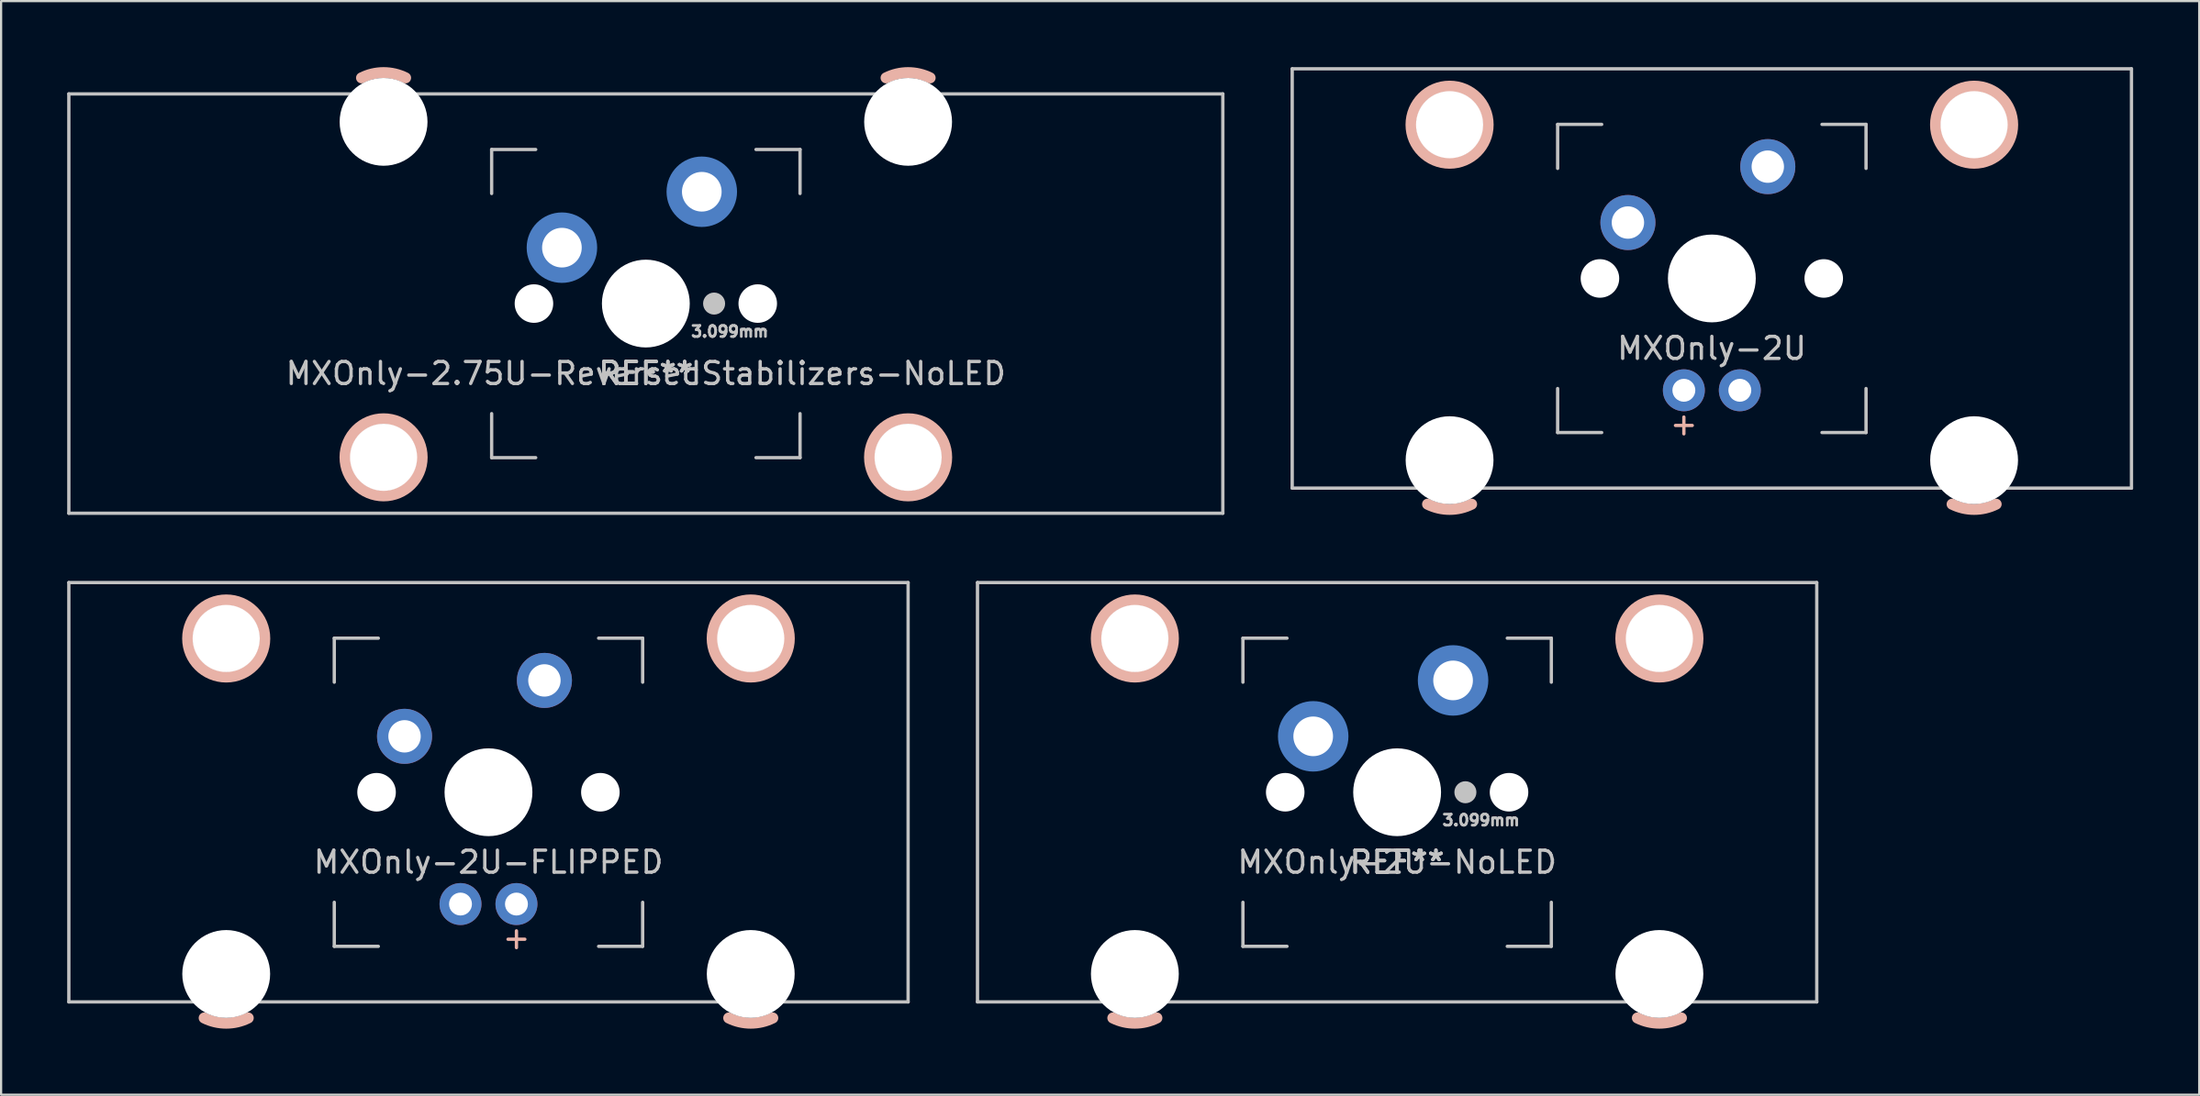
<source format=kicad_pcb>
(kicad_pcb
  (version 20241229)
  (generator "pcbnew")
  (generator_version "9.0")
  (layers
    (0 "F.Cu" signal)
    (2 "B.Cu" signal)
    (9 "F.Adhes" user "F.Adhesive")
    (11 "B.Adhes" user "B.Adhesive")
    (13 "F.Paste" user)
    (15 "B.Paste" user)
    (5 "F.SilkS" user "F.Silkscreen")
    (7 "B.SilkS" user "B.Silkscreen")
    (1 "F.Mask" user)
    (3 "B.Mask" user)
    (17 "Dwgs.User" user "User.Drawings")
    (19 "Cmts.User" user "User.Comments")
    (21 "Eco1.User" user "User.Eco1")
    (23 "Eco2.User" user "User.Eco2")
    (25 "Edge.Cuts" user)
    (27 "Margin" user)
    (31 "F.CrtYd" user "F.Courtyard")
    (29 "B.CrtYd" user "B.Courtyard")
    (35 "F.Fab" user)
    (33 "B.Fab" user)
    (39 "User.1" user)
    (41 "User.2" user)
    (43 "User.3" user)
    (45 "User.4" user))
  (footprint "MXOnly-2U-NoLED"
    (layer "F.Cu")
    (at 60.375 32.941)
    (property "Reference" "MXOnly-2U-NoLED" (at 0 3.175 0) (layer "Dwgs.User") (effects (font (size 1 1) (thickness 0.15))))
    (attr through_hole)
    (fp_arc (start -10.90625 10.255) (mid -11.905663 10.491068) (end -12.905199 10.255525) (stroke (width 0.5) (type solid)) (layer "B.SilkS"))
    (fp_arc (start 12.90625 10.255) (mid 11.906837 10.491068) (end 10.907301 10.255525) (stroke (width 0.5) (type solid)) (layer "B.SilkS"))
    (fp_circle (center -11.906 -6.985) (end -10.156 -6.985) (stroke (width 0.5) (type solid)) (fill no) (layer "B.SilkS"))
    (fp_circle (center 11.906 -6.985) (end 13.656 -6.985) (stroke (width 0.5) (type solid)) (fill no) (layer "B.SilkS"))
    (fp_line (start -19.05 -9.525) (end 19.05 -9.525) (stroke (width 0.15) (type solid)) (layer "Dwgs.User"))
    (fp_line (start -19.05 9.525) (end -19.05 -9.525) (stroke (width 0.15) (type solid)) (layer "Dwgs.User"))
    (fp_line (start -19.05 9.525) (end 19.05 9.525) (stroke (width 0.15) (type solid)) (layer "Dwgs.User"))
    (fp_line (start -7 -7) (end -7 -5) (stroke (width 0.15) (type solid)) (layer "Dwgs.User"))
    (fp_line (start -7 5) (end -7 7) (stroke (width 0.15) (type solid)) (layer "Dwgs.User"))
    (fp_line (start -7 7) (end -5 7) (stroke (width 0.15) (type solid)) (layer "Dwgs.User"))
    (fp_line (start -5 -7) (end -7 -7) (stroke (width 0.15) (type solid)) (layer "Dwgs.User"))
    (fp_line (start 5 -7) (end 7 -7) (stroke (width 0.15) (type solid)) (layer "Dwgs.User"))
    (fp_line (start 5 7) (end 7 7) (stroke (width 0.15) (type solid)) (layer "Dwgs.User"))
    (fp_line (start 7 -7) (end 7 -5) (stroke (width 0.15) (type solid)) (layer "Dwgs.User"))
    (fp_line (start 7 7) (end 7 5) (stroke (width 0.15) (type solid)) (layer "Dwgs.User"))
    (fp_line (start 19.05 -9.525) (end 19.05 9.525) (stroke (width 0.15) (type solid)) (layer "Dwgs.User"))
    (fp_text user "REF**" (at 0 3.175 0) (layer "Dwgs.User") (effects (font (size 1 1) (thickness 0.15))))
    (fp_text user "REF**" (at 0 3.175 0) (layer "Dwgs.User") (effects (font (size 1 1) (thickness 0.15))))
    (fp_text user "REF**" (at 0 3.175 0) (layer "Dwgs.User") (effects (font (size 1 1) (thickness 0.15))))
    (fp_text user "3.099mm" (at 3.81 1.27 0) (layer "Dwgs.User") (effects (font (size 0.5 0.5) (thickness 0.125))))
    (pad "" np_thru_hole circle (at -11.906 -6.985 180) (size 3.048 3.048) (drill 3.048) (layers "*.Cu" "*.Mask"))
    (pad "" np_thru_hole circle (at -11.906 8.255 180) (size 3.988 3.988) (drill 3.988) (layers "*.Cu" "*.Mask"))
    (pad "" np_thru_hole circle (at -5.08 0 48.1) (size 1.75 1.75) (drill 1.75) (layers "*.Cu" "*.Mask"))
    (pad "" smd circle (at -3.81 -2.54) (size 2.8 2.8) (layers "B.Mask"))
    (pad "" np_thru_hole circle (at 0 0) (size 3.988 3.988) (drill 3.988) (layers "*.Cu" "*.Mask"))
    (pad "" smd circle (at 2.54 -5.08) (size 2.8 2.8) (layers "B.Mask"))
    (pad "" smd circle (at 3.099 0) (size 1 1) (layers "Dwgs.User"))
    (pad "" np_thru_hole circle (at 5.08 0 48.1) (size 1.75 1.75) (drill 1.75) (layers "*.Cu" "*.Mask"))
    (pad "" np_thru_hole circle (at 11.906 -6.985 180) (size 3.048 3.048) (drill 3.048) (layers "*.Cu" "*.Mask"))
    (pad "" np_thru_hole circle (at 11.906 8.255 180) (size 3.988 3.988) (drill 3.988) (layers "*.Cu" "*.Mask"))
    (pad "1" thru_hole circle (at -3.81 -2.54) (size 2.4 2.4) (drill 1.8) (layers "*.Cu"))
    (pad "1" smd circle (at -3.81 -2.54) (size 3.2 3.2) (layers "B.Cu"))
    (pad "2" thru_hole circle (at 2.54 -5.08) (size 2.4 2.4) (drill 1.8) (layers "*.Cu"))
    (pad "2" smd circle (at 2.54 -5.08) (size 3.2 3.2) (layers "B.Cu")))
  (footprint "MXOnly-2.75U-ReversedStabilizers-NoLED"
    (layer "F.Cu")
    (at 26.269 10.741)
    (property "Reference" "MXOnly-2.75U-ReversedStabilizers-NoLED" (at 0 3.175 0) (layer "Dwgs.User") (effects (font (size 1 1) (thickness 0.15))))
    (attr through_hole)
    (fp_arc (start -12.90625 -10.255) (mid -11.906837 -10.491068) (end -10.907301 -10.255525) (stroke (width 0.5) (type solid)) (layer "B.SilkS"))
    (fp_arc (start 10.90625 -10.255) (mid 11.905663 -10.491068) (end 12.905199 -10.255525) (stroke (width 0.5) (type solid)) (layer "B.SilkS"))
    (fp_circle (center -11.906 6.985) (end -13.656 6.985) (stroke (width 0.5) (type solid)) (fill no) (layer "B.SilkS"))
    (fp_circle (center 11.906 6.985) (end 10.156 6.985) (stroke (width 0.5) (type solid)) (fill no) (layer "B.SilkS"))
    (fp_line (start -26.194 -9.525) (end 26.194 -9.525) (stroke (width 0.15) (type solid)) (layer "Dwgs.User"))
    (fp_line (start -26.194 9.525) (end -26.194 -9.525) (stroke (width 0.15) (type solid)) (layer "Dwgs.User"))
    (fp_line (start -26.194 9.525) (end 26.194 9.525) (stroke (width 0.15) (type solid)) (layer "Dwgs.User"))
    (fp_line (start -7 -7) (end -7 -5) (stroke (width 0.15) (type solid)) (layer "Dwgs.User"))
    (fp_line (start -7 5) (end -7 7) (stroke (width 0.15) (type solid)) (layer "Dwgs.User"))
    (fp_line (start -7 7) (end -5 7) (stroke (width 0.15) (type solid)) (layer "Dwgs.User"))
    (fp_line (start -5 -7) (end -7 -7) (stroke (width 0.15) (type solid)) (layer "Dwgs.User"))
    (fp_line (start 5 -7) (end 7 -7) (stroke (width 0.15) (type solid)) (layer "Dwgs.User"))
    (fp_line (start 5 7) (end 7 7) (stroke (width 0.15) (type solid)) (layer "Dwgs.User"))
    (fp_line (start 7 -7) (end 7 -5) (stroke (width 0.15) (type solid)) (layer "Dwgs.User"))
    (fp_line (start 7 7) (end 7 5) (stroke (width 0.15) (type solid)) (layer "Dwgs.User"))
    (fp_line (start 26.194 -9.525) (end 26.194 9.525) (stroke (width 0.15) (type solid)) (layer "Dwgs.User"))
    (fp_text user "REF**" (at 0 3.175 0) (layer "Dwgs.User") (effects (font (size 1 1) (thickness 0.15))))
    (fp_text user "REF**" (at 0 3.175 0) (layer "Dwgs.User") (effects (font (size 1 1) (thickness 0.15))))
    (fp_text user "REF**" (at 0 3.175 0) (layer "Dwgs.User") (effects (font (size 1 1) (thickness 0.15))))
    (fp_text user "3.099mm" (at 3.81 1.27 0) (layer "Dwgs.User") (effects (font (size 0.5 0.5) (thickness 0.125))))
    (pad "" np_thru_hole circle (at -11.906 -8.255) (size 3.988 3.988) (drill 3.988) (layers "*.Cu" "*.Mask"))
    (pad "" np_thru_hole circle (at -11.906 6.985) (size 3.048 3.048) (drill 3.048) (layers "*.Cu" "*.Mask"))
    (pad "" np_thru_hole circle (at -5.08 0 48.1) (size 1.75 1.75) (drill 1.75) (layers "*.Cu" "*.Mask"))
    (pad "" smd circle (at -3.81 -2.54) (size 2.8 2.8) (layers "B.Mask"))
    (pad "" np_thru_hole circle (at 0 0) (size 3.988 3.988) (drill 3.988) (layers "*.Cu" "*.Mask"))
    (pad "" smd circle (at 2.54 -5.08) (size 2.8 2.8) (layers "B.Mask"))
    (pad "" smd circle (at 3.099 0) (size 1 1) (layers "Dwgs.User"))
    (pad "" np_thru_hole circle (at 5.08 0 48.1) (size 1.75 1.75) (drill 1.75) (layers "*.Cu" "*.Mask"))
    (pad "" np_thru_hole circle (at 11.906 -8.255) (size 3.988 3.988) (drill 3.988) (layers "*.Cu" "*.Mask"))
    (pad "" np_thru_hole circle (at 11.906 6.985) (size 3.048 3.048) (drill 3.048) (layers "*.Cu" "*.Mask"))
    (pad "1" thru_hole circle (at -3.81 -2.54) (size 2.4 2.4) (drill 1.8) (layers "*.Cu"))
    (pad "1" smd circle (at -3.81 -2.54) (size 3.2 3.2) (layers "B.Cu"))
    (pad "2" thru_hole circle (at 2.54 -5.08) (size 2.4 2.4) (drill 1.8) (layers "*.Cu"))
    (pad "2" smd circle (at 2.54 -5.08) (size 3.2 3.2) (layers "B.Cu")))
  (footprint "MXOnly-2U"
    (layer "F.Cu")
    (at 74.662 9.6)
    (property "Reference" "MXOnly-2U" (at 0 3.175 0) (layer "Dwgs.User") (effects (font (size 1 1) (thickness 0.15))))
    (attr through_hole)
    (fp_arc (start -10.90625 10.255) (mid -11.905663 10.491068) (end -12.905199 10.255525) (stroke (width 0.5) (type solid)) (layer "B.SilkS"))
    (fp_arc (start 12.90625 10.255) (mid 11.906837 10.491068) (end 10.907301 10.255525) (stroke (width 0.5) (type solid)) (layer "B.SilkS"))
    (fp_circle (center -11.906 -6.985) (end -10.156 -6.985) (stroke (width 0.5) (type solid)) (fill no) (layer "B.SilkS"))
    (fp_circle (center 11.906 -6.985) (end 13.656 -6.985) (stroke (width 0.5) (type solid)) (fill no) (layer "B.SilkS"))
    (fp_line (start -19.05 -9.525) (end 19.05 -9.525) (stroke (width 0.15) (type solid)) (layer "Dwgs.User"))
    (fp_line (start -19.05 9.525) (end -19.05 -9.525) (stroke (width 0.15) (type solid)) (layer "Dwgs.User"))
    (fp_line (start -19.05 9.525) (end 19.05 9.525) (stroke (width 0.15) (type solid)) (layer "Dwgs.User"))
    (fp_line (start -7 -7) (end -7 -5) (stroke (width 0.15) (type solid)) (layer "Dwgs.User"))
    (fp_line (start -7 5) (end -7 7) (stroke (width 0.15) (type solid)) (layer "Dwgs.User"))
    (fp_line (start -7 7) (end -5 7) (stroke (width 0.15) (type solid)) (layer "Dwgs.User"))
    (fp_line (start -5 -7) (end -7 -7) (stroke (width 0.15) (type solid)) (layer "Dwgs.User"))
    (fp_line (start 5 -7) (end 7 -7) (stroke (width 0.15) (type solid)) (layer "Dwgs.User"))
    (fp_line (start 5 7) (end 7 7) (stroke (width 0.15) (type solid)) (layer "Dwgs.User"))
    (fp_line (start 7 -7) (end 7 -5) (stroke (width 0.15) (type solid)) (layer "Dwgs.User"))
    (fp_line (start 7 7) (end 7 5) (stroke (width 0.15) (type solid)) (layer "Dwgs.User"))
    (fp_line (start 19.05 -9.525) (end 19.05 9.525) (stroke (width 0.15) (type solid)) (layer "Dwgs.User"))
    (fp_text user "+" (at -1.27 6.604 0) (layer "B.SilkS") (effects (font (size 1 1) (thickness 0.15))))
    (pad "" np_thru_hole circle (at -11.906 -6.985 180) (size 3.048 3.048) (drill 3.048) (layers "*.Cu" "*.Mask"))
    (pad "" np_thru_hole circle (at -11.906 8.255 180) (size 3.988 3.988) (drill 3.988) (layers "*.Cu" "*.Mask"))
    (pad "" np_thru_hole circle (at -5.08 0 48.1) (size 1.75 1.75) (drill 1.75) (layers "*.Cu" "*.Mask"))
    (pad "" np_thru_hole circle (at 0 0) (size 3.988 3.988) (drill 3.988) (layers "*.Cu" "*.Mask"))
    (pad "" np_thru_hole circle (at 5.08 0 48.1) (size 1.75 1.75) (drill 1.75) (layers "*.Cu" "*.Mask"))
    (pad "" np_thru_hole circle (at 11.906 -6.985 180) (size 3.048 3.048) (drill 3.048) (layers "*.Cu" "*.Mask"))
    (pad "" np_thru_hole circle (at 11.906 8.255 180) (size 3.988 3.988) (drill 3.988) (layers "*.Cu" "*.Mask"))
    (pad "1" thru_hole circle (at -3.81 -2.54) (size 2.5 2.5) (drill 1.47) (layers "*.Cu" "*.Mask"))
    (pad "2" thru_hole circle (at 2.54 -5.08) (size 2.5 2.5) (drill 1.47) (layers "*.Cu" "*.Mask"))
    (pad "3" thru_hole circle (at -1.27 5.08) (size 1.905 1.905) (drill 1.04) (layers "*.Cu" "*.Mask"))
    (pad "4" thru_hole circle (at 1.27 5.08) (size 1.905 1.905) (drill 1.04) (layers "*.Cu" "*.Mask")))
  (footprint "MXOnly-2U-FLIPPED"
    (layer "F.Cu")
    (at 19.125 32.941)
    (property "Reference" "MXOnly-2U-FLIPPED" (at 0 3.175 0) (layer "Dwgs.User") (effects (font (size 1 1) (thickness 0.15))))
    (attr through_hole)
    (fp_arc (start -10.90625 10.255) (mid -11.905663 10.491068) (end -12.905199 10.255525) (stroke (width 0.5) (type solid)) (layer "B.SilkS"))
    (fp_arc (start 12.90625 10.255) (mid 11.906837 10.491068) (end 10.907301 10.255525) (stroke (width 0.5) (type solid)) (layer "B.SilkS"))
    (fp_circle (center -11.906 -6.985) (end -10.156 -6.985) (stroke (width 0.5) (type solid)) (fill no) (layer "B.SilkS"))
    (fp_circle (center 11.906 -6.985) (end 13.656 -6.985) (stroke (width 0.5) (type solid)) (fill no) (layer "B.SilkS"))
    (fp_line (start -19.05 -9.525) (end 19.05 -9.525) (stroke (width 0.15) (type solid)) (layer "Dwgs.User"))
    (fp_line (start -19.05 9.525) (end -19.05 -9.525) (stroke (width 0.15) (type solid)) (layer "Dwgs.User"))
    (fp_line (start -19.05 9.525) (end 19.05 9.525) (stroke (width 0.15) (type solid)) (layer "Dwgs.User"))
    (fp_line (start -7 -7) (end -7 -5) (stroke (width 0.15) (type solid)) (layer "Dwgs.User"))
    (fp_line (start -7 5) (end -7 7) (stroke (width 0.15) (type solid)) (layer "Dwgs.User"))
    (fp_line (start -7 7) (end -5 7) (stroke (width 0.15) (type solid)) (layer "Dwgs.User"))
    (fp_line (start -5 -7) (end -7 -7) (stroke (width 0.15) (type solid)) (layer "Dwgs.User"))
    (fp_line (start 5 -7) (end 7 -7) (stroke (width 0.15) (type solid)) (layer "Dwgs.User"))
    (fp_line (start 5 7) (end 7 7) (stroke (width 0.15) (type solid)) (layer "Dwgs.User"))
    (fp_line (start 7 -7) (end 7 -5) (stroke (width 0.15) (type solid)) (layer "Dwgs.User"))
    (fp_line (start 7 7) (end 7 5) (stroke (width 0.15) (type solid)) (layer "Dwgs.User"))
    (fp_line (start 19.05 -9.525) (end 19.05 9.525) (stroke (width 0.15) (type solid)) (layer "Dwgs.User"))
    (fp_text user "+" (at 1.27 6.604 0) (layer "B.SilkS") (effects (font (size 1 1) (thickness 0.15))))
    (pad "" np_thru_hole circle (at -11.906 -6.985 180) (size 3.048 3.048) (drill 3.048) (layers "*.Cu" "*.Mask"))
    (pad "" np_thru_hole circle (at -11.906 8.255 180) (size 3.988 3.988) (drill 3.988) (layers "*.Cu" "*.Mask"))
    (pad "" np_thru_hole circle (at -5.08 0 48.1) (size 1.75 1.75) (drill 1.75) (layers "*.Cu" "*.Mask"))
    (pad "" np_thru_hole circle (at 0 0) (size 3.988 3.988) (drill 3.988) (layers "*.Cu" "*.Mask"))
    (pad "" np_thru_hole circle (at 5.08 0 48.1) (size 1.75 1.75) (drill 1.75) (layers "*.Cu" "*.Mask"))
    (pad "" np_thru_hole circle (at 11.906 -6.985 180) (size 3.048 3.048) (drill 3.048) (layers "*.Cu" "*.Mask"))
    (pad "" np_thru_hole circle (at 11.906 8.255 180) (size 3.988 3.988) (drill 3.988) (layers "*.Cu" "*.Mask"))
    (pad "1" thru_hole circle (at -3.81 -2.54) (size 2.5 2.5) (drill 1.47) (layers "*.Cu" "*.Mask"))
    (pad "2" thru_hole circle (at 2.54 -5.08) (size 2.5 2.5) (drill 1.47) (layers "*.Cu" "*.Mask"))
    (pad "3" thru_hole circle (at 1.27 5.08) (size 1.905 1.905) (drill 1.04) (layers "*.Cu" "*.Mask"))
    (pad "4" thru_hole circle (at -1.27 5.08) (size 1.905 1.905) (drill 1.04) (layers "*.Cu" "*.Mask")))
  (gr_rect
    (start -3 -3)
    (end 96.787 46.682)
    (stroke (width 0.1) (type default))
    (fill no)
    (layer "Edge.Cuts")))
</source>
